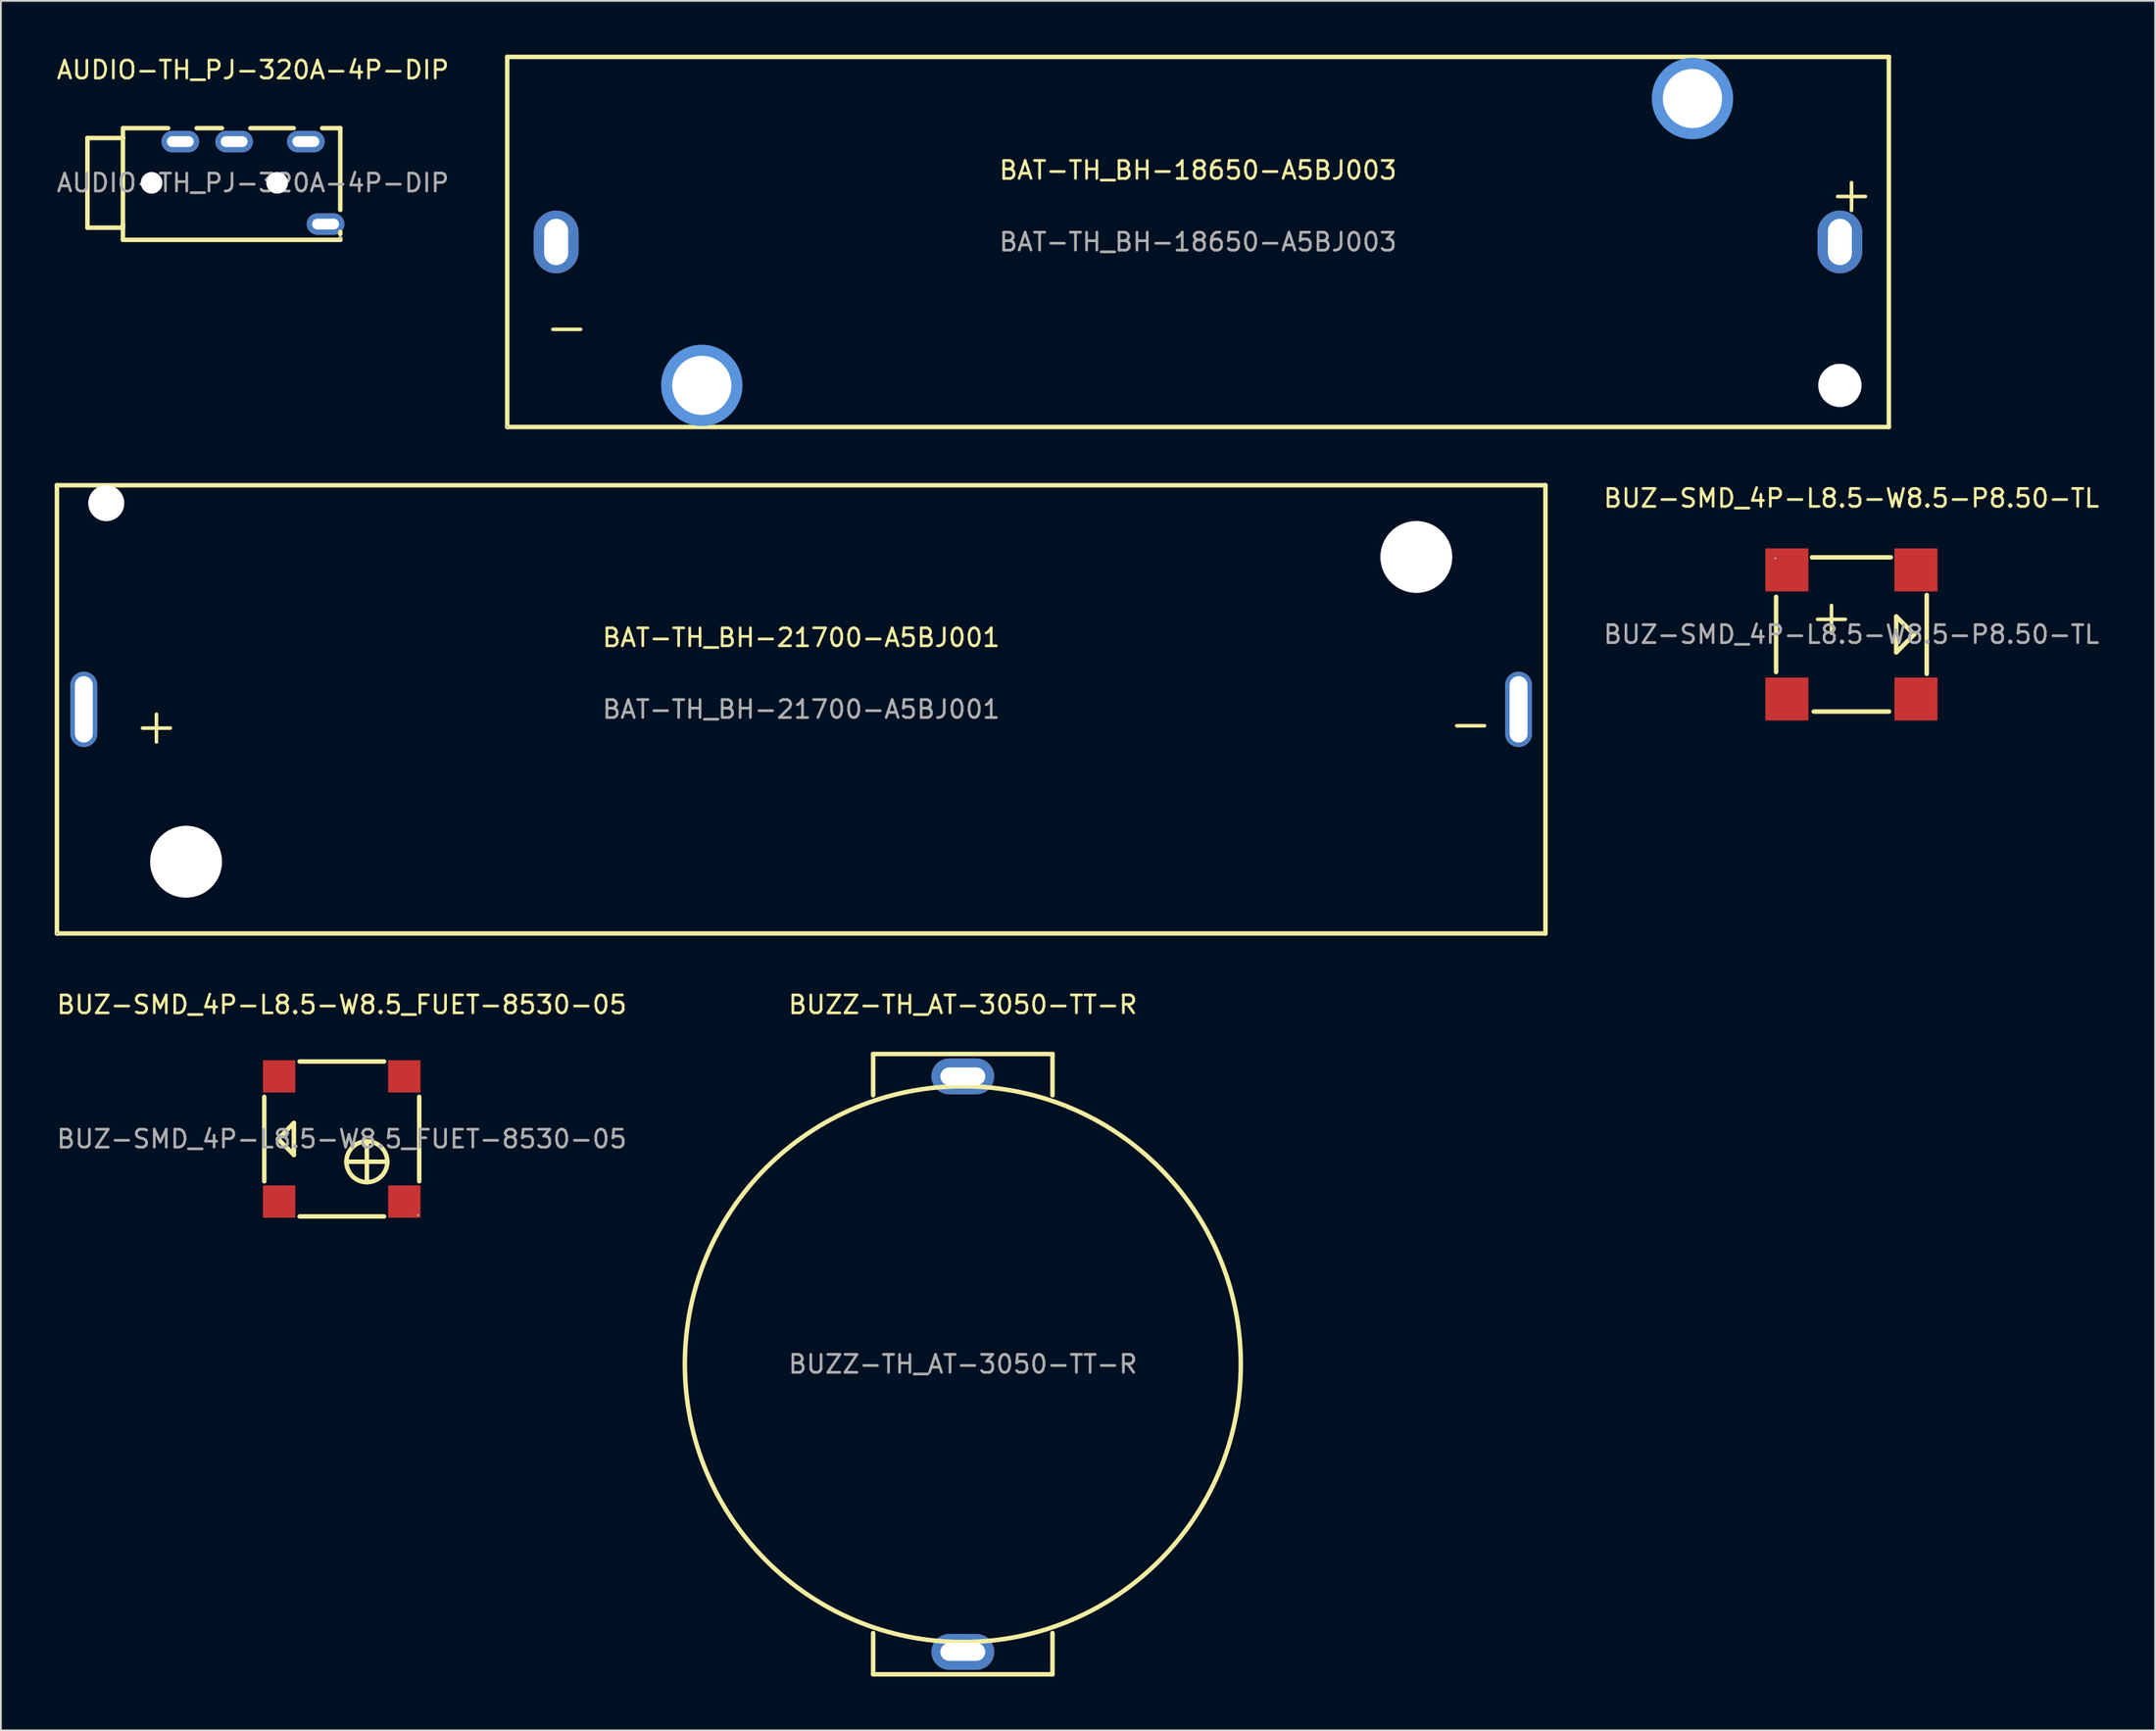
<source format=kicad_pcb>
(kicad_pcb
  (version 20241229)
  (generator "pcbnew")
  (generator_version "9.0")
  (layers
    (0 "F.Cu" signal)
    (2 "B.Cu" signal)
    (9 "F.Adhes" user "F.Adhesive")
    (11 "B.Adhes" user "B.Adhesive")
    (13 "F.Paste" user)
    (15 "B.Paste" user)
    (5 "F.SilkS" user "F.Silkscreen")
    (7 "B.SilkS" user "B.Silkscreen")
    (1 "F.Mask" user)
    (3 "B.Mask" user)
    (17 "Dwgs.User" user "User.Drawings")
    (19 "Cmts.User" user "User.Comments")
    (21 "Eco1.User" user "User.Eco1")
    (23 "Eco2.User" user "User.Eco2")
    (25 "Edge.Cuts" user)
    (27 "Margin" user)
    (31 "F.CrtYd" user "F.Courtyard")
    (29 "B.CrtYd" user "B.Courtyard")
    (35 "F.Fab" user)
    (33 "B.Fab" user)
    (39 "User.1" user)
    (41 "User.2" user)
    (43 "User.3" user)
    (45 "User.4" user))
  (footprint "BAT-TH_BH-21700-A5BJ001"
    (layer "F.Cu")
    (at 41.625 36.515)
    (property "Reference" "BAT-TH_BH-21700-A5BJ001" (at 0 -4 0) (layer "F.SilkS") (effects (font (size 1 1) (thickness 0.15))))
    (attr through_hole)
    (fp_line (start -41.5 -12.5) (end -41.5 12.5) (stroke (width 0.25) (type solid)) (layer "F.SilkS"))
    (fp_line (start -41.5 -12.5) (end 41.5 -12.5) (stroke (width 0.25) (type solid)) (layer "F.SilkS"))
    (fp_line (start -41.5 12.5) (end 41.5 12.5) (stroke (width 0.25) (type solid)) (layer "F.SilkS"))
    (fp_line (start 41.5 -12.5) (end 41.5 12.5) (stroke (width 0.25) (type solid)) (layer "F.SilkS"))
    (fp_circle (center -38.75 -11.5) (end -38.37 -11.5) (stroke (width 0.75) (type solid)) (fill no) (layer "Cmts.User"))
    (fp_circle (center -34.3 8.5) (end -33.5 8.5) (stroke (width 1.6) (type solid)) (fill no) (layer "Cmts.User"))
    (fp_circle (center 34.3 -8.5) (end 35.1 -8.5) (stroke (width 1.6) (type solid)) (fill no) (layer "Cmts.User"))
    (fp_circle (center -41.5 12.5) (end -41.47 12.5) (stroke (width 0.06) (type solid)) (fill no) (layer "F.Fab"))
    (fp_text user "-" (at 35.94 0.76 0) (layer "F.SilkS") (effects (font (size 2.03 2.03) (thickness 0.2)) (justify left)))
    (fp_text user "+" (at -37.34 0.89 0) (layer "F.SilkS") (effects (font (size 2.03 2.03) (thickness 0.2)) (justify left)))
    (fp_text user "${REFERENCE}" (at 0 0 0) (layer "F.Fab") (effects (font (size 1 1) (thickness 0.15))))
    (pad "" thru_hole circle (at -38.75 -11.5) (size 2 2) (drill 2) (layers "*.Cu" "*.Mask"))
    (pad "" thru_hole circle (at -34.3 8.5) (size 4 4) (drill 4) (layers "*.Cu" "*.Mask"))
    (pad "" thru_hole circle (at 34.3 -8.5) (size 4 4) (drill 4) (layers "*.Cu" "*.Mask"))
    (pad "1" thru_hole oval (at -40 0) (size 1.5 4.2) (drill oval 1 3.7) (layers "*.Cu" "*.Mask"))
    (pad "2" thru_hole oval (at 40 0) (size 1.5 4.2) (drill oval 1 3.7) (layers "*.Cu" "*.Mask")))
  (footprint "BAT-TH_BH-18650-A5BJ003"
    (layer "F.Cu")
    (at 63.752 10.445)
    (property "Reference" "BAT-TH_BH-18650-A5BJ003" (at 0 -4 0) (layer "F.SilkS") (effects (font (size 1 1) (thickness 0.15))))
    (attr through_hole)
    (fp_line (start -38.52 -10.32) (end 38.53 -10.32) (stroke (width 0.25) (type solid)) (layer "F.SilkS"))
    (fp_line (start -38.52 10.32) (end -38.52 -10.32) (stroke (width 0.25) (type solid)) (layer "F.SilkS"))
    (fp_line (start -38.52 10.32) (end 38.52 10.32) (stroke (width 0.25) (type solid)) (layer "F.SilkS"))
    (fp_line (start 38.52 10.32) (end 38.52 -10.32) (stroke (width 0.25) (type solid)) (layer "F.SilkS"))
    (fp_circle (center -27.67 8) (end -26.92 8) (stroke (width 1.52) (type solid)) (fill no) (layer "Cmts.User"))
    (fp_circle (center 27.57 -8) (end 28.32 -8) (stroke (width 1.52) (type solid)) (fill no) (layer "Cmts.User"))
    (fp_circle (center 35.79 8) (end 36.39 8) (stroke (width 1.2) (type solid)) (fill no) (layer "Cmts.User"))
    (fp_circle (center -38.52 10.32) (end -38.49 10.32) (stroke (width 0.06) (type solid)) (fill no) (layer "F.Fab"))
    (fp_text user "-" (at -36.59 4.72 0) (layer "F.SilkS") (effects (font (size 2.03 2.03) (thickness 0.2)) (justify left)))
    (fp_text user "+" (at 35.05 -2.69 0) (layer "F.SilkS") (effects (font (size 2.03 2.03) (thickness 0.2)) (justify left)))
    (fp_text user "${REFERENCE}" (at 0 0 0) (layer "F.Fab") (effects (font (size 1 1) (thickness 0.15))))
    (pad "" thru_hole circle (at -27.67 8) (size 3.3 3.3) (drill 3.3) (layers "*.Cu" "*.Mask"))
    (pad "" thru_hole circle (at 27.57 -8) (size 3.3 3.3) (drill 3.3) (layers "*.Cu" "*.Mask"))
    (pad "" thru_hole circle (at 35.79 8) (size 2.4 2.4) (drill 2.4) (layers "*.Cu" "*.Mask"))
    (pad "1" thru_hole oval (at -35.79 0 180) (size 2.5 3.5) (drill oval 1.34 2.58) (layers "*.Cu" "*.Mask"))
    (pad "2" thru_hole oval (at 35.79 0 180) (size 2.5 3.5) (drill oval 1.34 2.58) (layers "*.Cu" "*.Mask")))
  (footprint "AUDIO-TH_PJ-320A-4P-DIP"
    (layer "F.Cu")
    (at 11.054 7.148)
    (property "Reference" "AUDIO-TH_PJ-320A-4P-DIP" (at 0 -6.3 0) (layer "F.SilkS") (effects (font (size 1 1) (thickness 0.15))))
    (attr through_hole)
    (fp_line (start -9.23 -2.5) (end -9.23 2.5) (stroke (width 0.25) (type solid)) (layer "F.SilkS"))
    (fp_line (start -9.23 -2.5) (end -7.23 -2.5) (stroke (width 0.25) (type solid)) (layer "F.SilkS"))
    (fp_line (start -9.23 2.5) (end -7.25 2.5) (stroke (width 0.25) (type solid)) (layer "F.SilkS"))
    (fp_line (start -7.25 2.46) (end -7.25 -3.05) (stroke (width 0.25) (type solid)) (layer "F.SilkS"))
    (fp_line (start -7.25 3.18) (end -7.25 2.3) (stroke (width 0.25) (type solid)) (layer "F.SilkS"))
    (fp_line (start -7.23 -3.05) (end -4.73 -3.05) (stroke (width 0.25) (type solid)) (layer "F.SilkS"))
    (fp_line (start -3.14 -3.05) (end -1.73 -3.05) (stroke (width 0.25) (type solid)) (layer "F.SilkS"))
    (fp_line (start -0.14 -3.05) (end 2.27 -3.05) (stroke (width 0.25) (type solid)) (layer "F.SilkS"))
    (fp_line (start 3.86 -3.05) (end 4.87 -3.05) (stroke (width 0.25) (type solid)) (layer "F.SilkS"))
    (fp_line (start 4.87 -3.05) (end 4.87 1.51) (stroke (width 0.25) (type solid)) (layer "F.SilkS"))
    (fp_line (start 4.87 2.74) (end 4.87 2.85) (stroke (width 0.25) (type solid)) (layer "F.SilkS"))
    (fp_line (start 4.87 3.1) (end 4.87 3.18) (stroke (width 0.25) (type solid)) (layer "F.SilkS"))
    (fp_line (start 4.87 3.18) (end -7.25 3.18) (stroke (width 0.25) (type solid)) (layer "F.SilkS"))
    (fp_circle (center -5.65 0) (end -5.46 0) (stroke (width 0.38) (type solid)) (fill no) (layer "Cmts.User"))
    (fp_circle (center 1.35 0) (end 1.54 0) (stroke (width 0.38) (type solid)) (fill no) (layer "Cmts.User"))
    (fp_circle (center 4.87 3.05) (end 4.9 3.05) (stroke (width 0.06) (type solid)) (fill no) (layer "F.Fab"))
    (fp_text user "${REFERENCE}" (at 0 0 0) (layer "F.Fab") (effects (font (size 1 1) (thickness 0.15))))
    (pad "" thru_hole circle (at -5.65 0) (size 1.2 1.2) (drill 1.2) (layers "*.Cu" "*.Mask"))
    (pad "" thru_hole circle (at 1.35 0) (size 1.2 1.2) (drill 1.2) (layers "*.Cu" "*.Mask"))
    (pad "A" thru_hole oval (at 4.05 2.3 90) (size 1.2 2.1) (drill oval 0.6 1.5) (layers "*.Cu" "*.Mask"))
    (pad "B" thru_hole oval (at -4.05 -2.3 90) (size 1.2 2.1) (drill oval 0.6 1.5) (layers "*.Cu" "*.Mask"))
    (pad "C" thru_hole oval (at -1.05 -2.3 90) (size 1.2 2.1) (drill oval 0.6 1.5) (layers "*.Cu" "*.Mask"))
    (pad "D" thru_hole oval (at 2.95 -2.3 90) (size 1.2 2.1) (drill oval 0.6 1.5) (layers "*.Cu" "*.Mask")))
  (footprint "BUZ-SMD_4P-L8.5-W8.5-P8.50-TL"
    (layer "F.Cu")
    (at 100.185 32.338)
    (property "Reference" "BUZ-SMD_4P-L8.5-W8.5-P8.50-TL" (at 0 -7.6 0) (layer "F.SilkS") (effects (font (size 1 1) (thickness 0.15))))
    (attr smd)
    (fp_line (start -4.2 -2.1) (end -4.2 2.1) (stroke (width 0.25) (type solid)) (layer "F.SilkS"))
    (fp_line (start -2.2 -4.3) (end 2.2 -4.3) (stroke (width 0.25) (type solid)) (layer "F.SilkS"))
    (fp_line (start -2.1 4.3) (end 2.1 4.3) (stroke (width 0.25) (type solid)) (layer "F.SilkS"))
    (fp_line (start 2.5 -1) (end 2.5 1) (stroke (width 0.25) (type solid)) (layer "F.SilkS"))
    (fp_line (start 2.5 1) (end 3.5 0) (stroke (width 0.25) (type solid)) (layer "F.SilkS"))
    (fp_line (start 3.5 0) (end 2.5 -1) (stroke (width 0.25) (type solid)) (layer "F.SilkS"))
    (fp_line (start 4.2 -2.2) (end 4.2 2.2) (stroke (width 0.25) (type solid)) (layer "F.SilkS"))
    (fp_circle (center -4.25 -4.25) (end -4.22 -4.25) (stroke (width 0.06) (type solid)) (fill no) (layer "F.Fab"))
    (fp_text user "+" (at -2.5 -1 0) (layer "F.SilkS") (effects (font (size 2.03 2.03) (thickness 0.2)) (justify left)))
    (fp_text user "${REFERENCE}" (at 0 0 0) (layer "F.Fab") (effects (font (size 1 1) (thickness 0.15))))
    (pad "1" smd rect (at -3.6 -3.6 270) (size 2.4 2.4) (layers "F.Cu" "F.Mask" "F.Paste"))
    (pad "2" smd rect (at -3.6 3.6 270) (size 2.4 2.4) (layers "F.Cu" "F.Mask" "F.Paste"))
    (pad "3" smd rect (at 3.6 3.6 270) (size 2.4 2.4) (layers "F.Cu" "F.Mask" "F.Paste"))
    (pad "4" smd rect (at 3.6 -3.6 270) (size 2.4 2.4) (layers "F.Cu" "F.Mask" "F.Paste")))
  (footprint "BUZ-SMD_4P-L8.5-W8.5_FUET-8530-05"
    (layer "F.Cu")
    (at 16.006 60.478)
    (property "Reference" "BUZ-SMD_4P-L8.5-W8.5_FUET-8530-05" (at 0 -7.49 0) (layer "F.SilkS") (effects (font (size 1 1) (thickness 0.15))))
    (attr smd)
    (fp_line (start -4.32 -2.35) (end -4.32 2.36) (stroke (width 0.25) (type solid)) (layer "F.SilkS"))
    (fp_line (start -3.55 0) (end -2.67 -0.89) (stroke (width 0.25) (type solid)) (layer "F.SilkS"))
    (fp_line (start -2.79 0.76) (end -3.55 0) (stroke (width 0.25) (type solid)) (layer "F.SilkS"))
    (fp_line (start -2.67 -0.89) (end -2.67 0.89) (stroke (width 0.25) (type solid)) (layer "F.SilkS"))
    (fp_line (start -2.67 0.89) (end -2.79 0.76) (stroke (width 0.25) (type solid)) (layer "F.SilkS"))
    (fp_line (start -2.35 4.32) (end 2.36 4.32) (stroke (width 0.25) (type solid)) (layer "F.SilkS"))
    (fp_line (start 0.26 1.27) (end 2.54 1.27) (stroke (width 0.25) (type solid)) (layer "F.SilkS"))
    (fp_line (start 1.4 0.13) (end 1.4 2.41) (stroke (width 0.25) (type solid)) (layer "F.SilkS"))
    (fp_line (start 2.36 -4.32) (end -2.35 -4.32) (stroke (width 0.25) (type solid)) (layer "F.SilkS"))
    (fp_line (start 4.32 2.36) (end 4.32 -2.35) (stroke (width 0.25) (type solid)) (layer "F.SilkS"))
    (fp_circle (center 1.4 1.27) (end 2.54 1.27) (stroke (width 0.25) (type solid)) (fill no) (layer "F.SilkS"))
    (fp_circle (center 4.25 4.25) (end 4.28 4.25) (stroke (width 0.06) (type solid)) (fill no) (layer "F.Fab"))
    (fp_text user "${REFERENCE}" (at 0 0 0) (layer "F.Fab") (effects (font (size 1 1) (thickness 0.15))))
    (pad "1" smd rect (at 3.49 3.49) (size 1.8 1.8) (layers "F.Cu" "F.Mask" "F.Paste"))
    (pad "2" smd rect (at 3.49 -3.49) (size 1.8 1.8) (layers "F.Cu" "F.Mask" "F.Paste"))
    (pad "3" smd rect (at -3.49 -3.49) (size 1.8 1.8) (layers "F.Cu" "F.Mask" "F.Paste"))
    (pad "4" smd rect (at -3.49 3.49) (size 1.8 1.8) (layers "F.Cu" "F.Mask" "F.Paste")))
  (footprint "BUZZ-TH_AT-3050-TT-R"
    (layer "F.Cu")
    (at 50.637 73.038)
    (property "Reference" "BUZZ-TH_AT-3050-TT-R" (at 0 -20.05 0) (layer "F.SilkS") (effects (font (size 1 1) (thickness 0.15))))
    (attr through_hole)
    (fp_line (start -5 -17.3) (end -5 -15) (stroke (width 0.25) (type solid)) (layer "F.SilkS"))
    (fp_line (start -5 -17.3) (end 5 -17.3) (stroke (width 0.25) (type solid)) (layer "F.SilkS"))
    (fp_line (start -5 17.3) (end -5 15) (stroke (width 0.25) (type solid)) (layer "F.SilkS"))
    (fp_line (start 5 -17.3) (end 5 -15) (stroke (width 0.25) (type solid)) (layer "F.SilkS"))
    (fp_line (start 5 17.3) (end -5 17.3) (stroke (width 0.25) (type solid)) (layer "F.SilkS"))
    (fp_line (start 5 17.3) (end 5 15) (stroke (width 0.25) (type solid)) (layer "F.SilkS"))
    (fp_circle (center 0 0) (end 15.5 0) (stroke (width 0.25) (type solid)) (fill no) (layer "F.SilkS"))
    (fp_text user "${REFERENCE}" (at 0 0 0) (layer "F.Fab") (effects (font (size 1 1) (thickness 0.15))))
    (pad "1" thru_hole oval (at 0 -16.05 90) (size 2 3.5) (drill oval 1 2.5) (layers "*.Cu" "*.Mask"))
    (pad "2" thru_hole oval (at 0 16.05 90) (size 2 3.5) (drill oval 1 2.5) (layers "*.Cu" "*.Mask")))
  (gr_rect
    (start -3 -3)
    (end 117.119 93.463)
    (stroke (width 0.1) (type default))
    (fill no)
    (layer "Edge.Cuts")))
</source>
